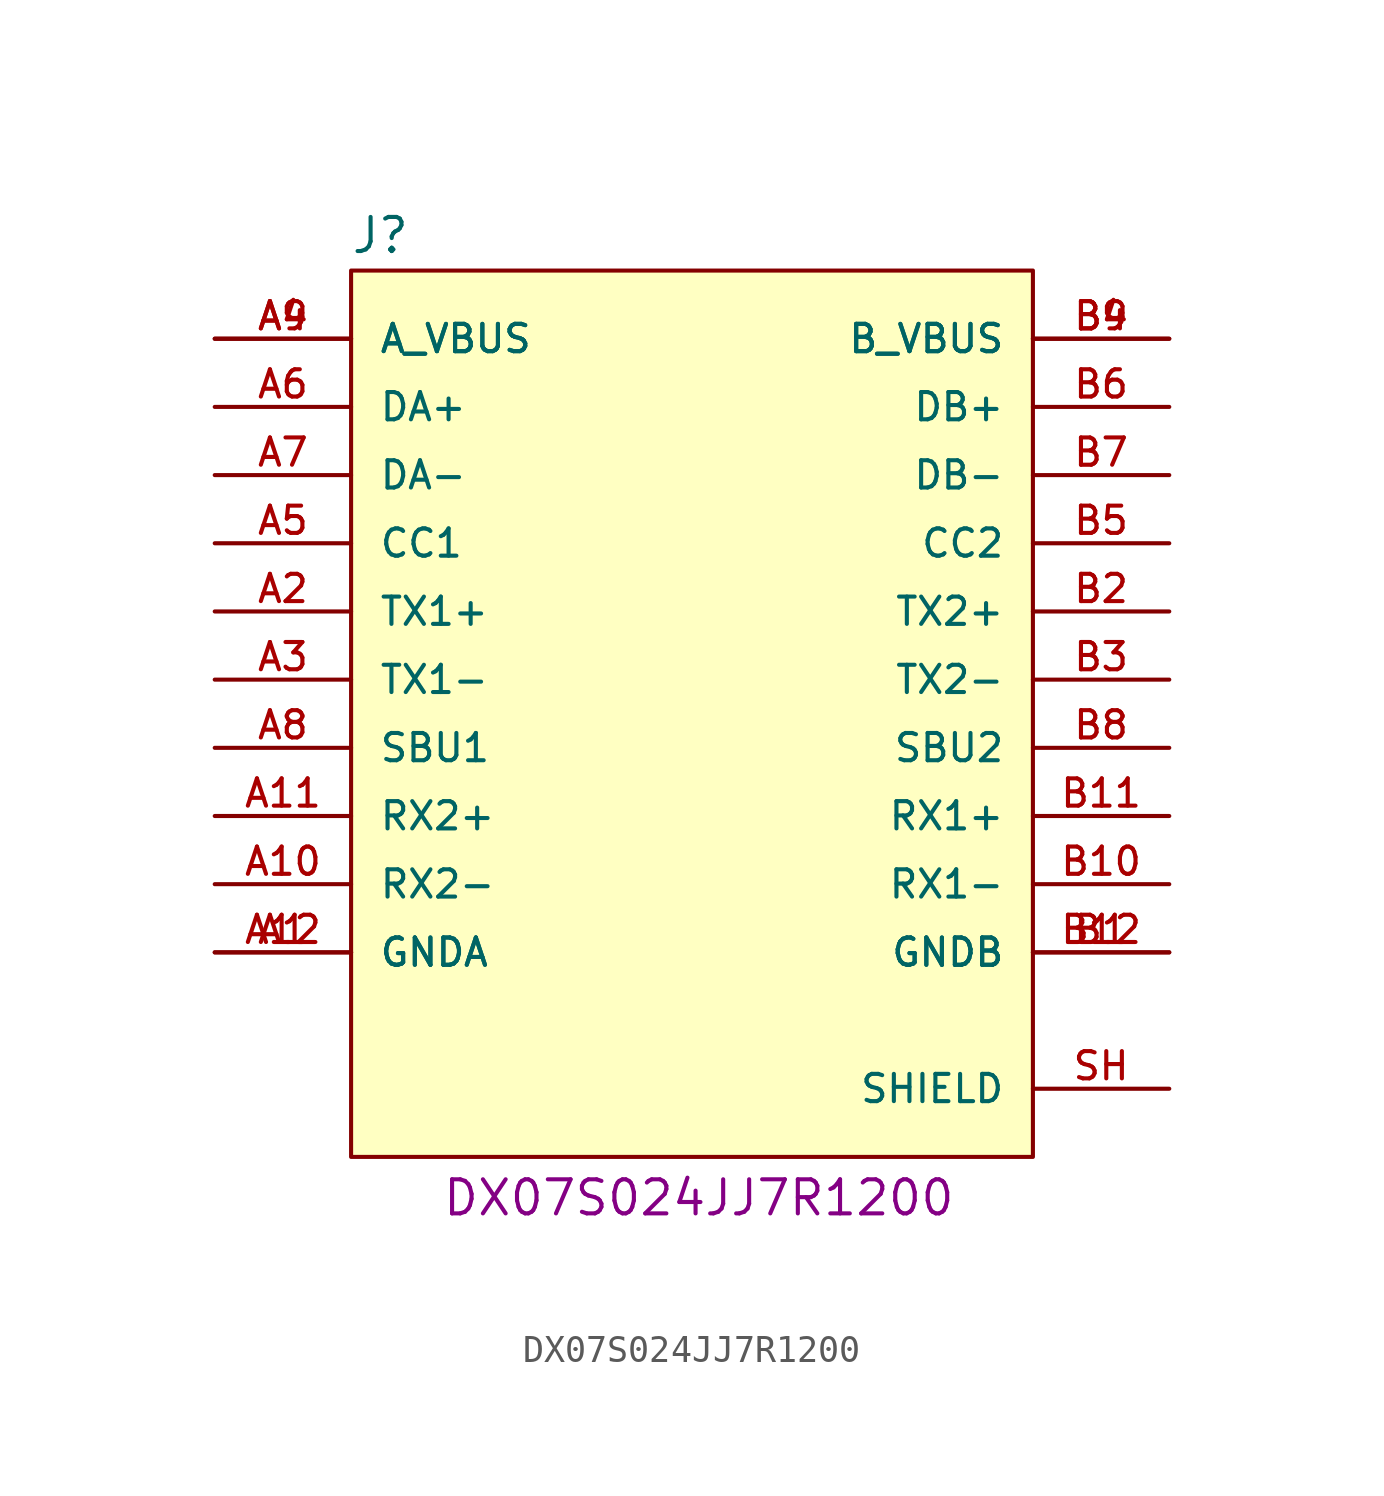
<source format=kicad_sym>
(kicad_symbol_lib
  (version 20241209)
  (generator "kicad_symbol_editor")
  (generator_version "9.0")
  (symbol "DX07S024JJ7R1200"
    (pin_names
      (offset 1.016))
    (property "Reference" "J"
      (at -12.739 18.344 0)
      (effects (font (size 1.27 1.27)) (justify left bottom)))
    (property "PartNumber" "DX07S024JJ7R1200"
      (at 0.254 -16.764 0)
      (effects (font (size 1.27 1.27))))
    (symbol "DX07S024JJ7R1200_0_0"
      (rectangle (start -12.7 -15.24) (end 12.7 17.78) (stroke (width 0.152) (type default)) (fill (type background)))
      (pin power_in line (at -17.78 15.24 0) (length 5.08) (name "A_VBUS" (effects (font (size 1.016 1.016)))) (number "A4" (effects (font (size 1.016 1.016)))))
      (pin power_in line (at -17.78 15.24 0) (length 5.08) (name "A_VBUS" (effects (font (size 1.016 1.016)))) (number "A9" (effects (font (size 1.016 1.016)))))
      (pin passive line (at -17.78 12.7 0) (length 5.08) (name "DA+" (effects (font (size 1.016 1.016)))) (number "A6" (effects (font (size 1.016 1.016)))))
      (pin passive line (at -17.78 10.16 0) (length 5.08) (name "DA-" (effects (font (size 1.016 1.016)))) (number "A7" (effects (font (size 1.016 1.016)))))
      (pin passive line (at -17.78 7.62 0) (length 5.08) (name "CC1" (effects (font (size 1.016 1.016)))) (number "A5" (effects (font (size 1.016 1.016)))))
      (pin passive line (at -17.78 5.08 0) (length 5.08) (name "TX1+" (effects (font (size 1.016 1.016)))) (number "A2" (effects (font (size 1.016 1.016)))))
      (pin passive line (at -17.78 2.54 0) (length 5.08) (name "TX1-" (effects (font (size 1.016 1.016)))) (number "A3" (effects (font (size 1.016 1.016)))))
      (pin passive line (at -17.78 0 0) (length 5.08) (name "SBU1" (effects (font (size 1.016 1.016)))) (number "A8" (effects (font (size 1.016 1.016)))))
      (pin passive line (at -17.78 -2.54 0) (length 5.08) (name "RX2+" (effects (font (size 1.016 1.016)))) (number "A11" (effects (font (size 1.016 1.016)))))
      (pin passive line (at -17.78 -5.08 0) (length 5.08) (name "RX2-" (effects (font (size 1.016 1.016)))) (number "A10" (effects (font (size 1.016 1.016)))))
      (pin power_in line (at -17.78 -7.62 0) (length 5.08) (name "GNDA" (effects (font (size 1.016 1.016)))) (number "A1" (effects (font (size 1.016 1.016)))))
      (pin power_in line (at -17.78 -7.62 0) (length 5.08) (name "GNDA" (effects (font (size 1.016 1.016)))) (number "A12" (effects (font (size 1.016 1.016)))))
      (pin power_in line (at 17.78 15.24 180) (length 5.08) (name "B_VBUS" (effects (font (size 1.016 1.016)))) (number "B4" (effects (font (size 1.016 1.016)))))
      (pin power_in line (at 17.78 15.24 180) (length 5.08) (name "B_VBUS" (effects (font (size 1.016 1.016)))) (number "B9" (effects (font (size 1.016 1.016)))))
      (pin passive line (at 17.78 12.7 180) (length 5.08) (name "DB+" (effects (font (size 1.016 1.016)))) (number "B6" (effects (font (size 1.016 1.016)))))
      (pin passive line (at 17.78 10.16 180) (length 5.08) (name "DB-" (effects (font (size 1.016 1.016)))) (number "B7" (effects (font (size 1.016 1.016)))))
      (pin passive line (at 17.78 7.62 180) (length 5.08) (name "CC2" (effects (font (size 1.016 1.016)))) (number "B5" (effects (font (size 1.016 1.016)))))
      (pin passive line (at 17.78 5.08 180) (length 5.08) (name "TX2+" (effects (font (size 1.016 1.016)))) (number "B2" (effects (font (size 1.016 1.016)))))
      (pin passive line (at 17.78 2.54 180) (length 5.08) (name "TX2-" (effects (font (size 1.016 1.016)))) (number "B3" (effects (font (size 1.016 1.016)))))
      (pin passive line (at 17.78 0 180) (length 5.08) (name "SBU2" (effects (font (size 1.016 1.016)))) (number "B8" (effects (font (size 1.016 1.016)))))
      (pin passive line (at 17.78 -2.54 180) (length 5.08) (name "RX1+" (effects (font (size 1.016 1.016)))) (number "B11" (effects (font (size 1.016 1.016)))))
      (pin passive line (at 17.78 -5.08 180) (length 5.08) (name "RX1-" (effects (font (size 1.016 1.016)))) (number "B10" (effects (font (size 1.016 1.016)))))
      (pin power_in line (at 17.78 -7.62 180) (length 5.08) (name "GNDB" (effects (font (size 1.016 1.016)))) (number "B1" (effects (font (size 1.016 1.016)))))
      (pin power_in line (at 17.78 -7.62 180) (length 5.08) (name "GNDB" (effects (font (size 1.016 1.016)))) (number "B12" (effects (font (size 1.016 1.016))))))
    (symbol "DX07S024JJ7R1200_1_0"
      (pin power_in line (at 17.78 -12.7 180) (length 5.08) (name "SHIELD" (effects (font (size 1.016 1.016)))) (number "SH" (effects (font (size 1.016 1.016))))))))
</source>
